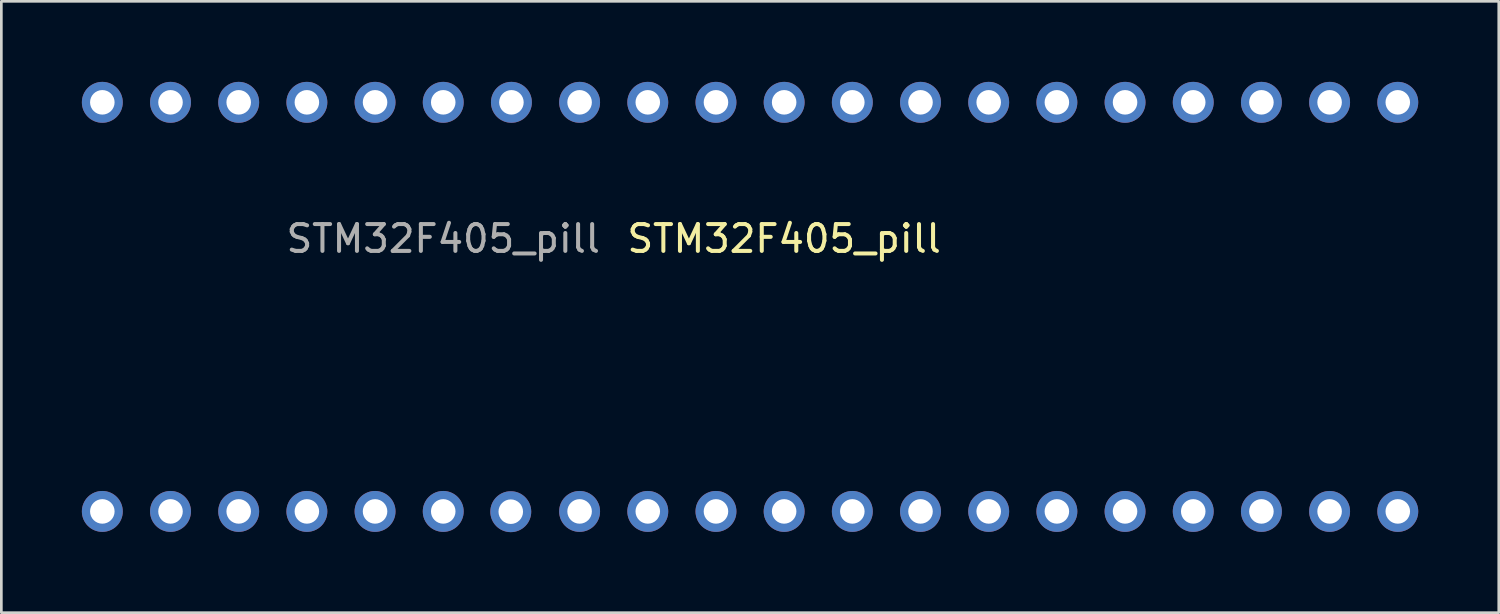
<source format=kicad_pcb>
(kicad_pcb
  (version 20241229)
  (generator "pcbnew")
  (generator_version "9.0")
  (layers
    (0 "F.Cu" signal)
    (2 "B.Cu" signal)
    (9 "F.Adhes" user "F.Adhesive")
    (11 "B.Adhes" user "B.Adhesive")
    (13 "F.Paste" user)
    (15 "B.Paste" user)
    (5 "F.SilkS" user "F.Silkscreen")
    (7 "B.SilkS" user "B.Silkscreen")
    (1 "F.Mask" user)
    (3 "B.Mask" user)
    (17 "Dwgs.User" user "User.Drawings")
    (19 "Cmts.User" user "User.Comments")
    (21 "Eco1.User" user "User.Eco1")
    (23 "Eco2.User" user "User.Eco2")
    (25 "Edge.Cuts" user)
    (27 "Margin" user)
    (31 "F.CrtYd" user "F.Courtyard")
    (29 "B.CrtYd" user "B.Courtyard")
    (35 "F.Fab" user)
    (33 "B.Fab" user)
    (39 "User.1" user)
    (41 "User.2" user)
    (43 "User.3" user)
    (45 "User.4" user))
  (footprint "STM32F405_pill"
    (layer "F.Cu")
    (at 24.257 9.017)
    (property "Reference" "STM32F405_pill" (at 1.905 -3.175 0) (unlocked yes) (layer "F.SilkS") (effects (font (size 1 1) (thickness 0.15))))
    (attr through_hole)
    (fp_text user "${REFERENCE}" (at -10.795 -3.175 0) (unlocked yes) (layer "F.Fab") (effects (font (size 1 1) (thickness 0.15))))
    (pad "1" thru_hole circle (at 24.765 -8.255 90) (size 1.524 1.524) (drill 0.914) (layers "*.Cu" "*.Mask"))
    (pad "2" thru_hole circle (at 22.225 -8.255 90) (size 1.524 1.524) (drill 0.914) (layers "*.Cu" "*.Mask"))
    (pad "3" thru_hole circle (at 19.685 -8.255 90) (size 1.524 1.524) (drill 0.914) (layers "*.Cu" "*.Mask"))
    (pad "4" thru_hole circle (at 17.145 -8.255 90) (size 1.524 1.524) (drill 0.914) (layers "*.Cu" "*.Mask"))
    (pad "5" thru_hole circle (at 14.605 -8.255 90) (size 1.524 1.524) (drill 0.914) (layers "*.Cu" "*.Mask"))
    (pad "6" thru_hole circle (at 12.065 -8.255 90) (size 1.524 1.524) (drill 0.914) (layers "*.Cu" "*.Mask"))
    (pad "7" thru_hole circle (at 9.525 -8.255 90) (size 1.524 1.524) (drill 0.914) (layers "*.Cu" "*.Mask"))
    (pad "8" thru_hole circle (at 6.985 -8.255 90) (size 1.524 1.524) (drill 0.914) (layers "*.Cu" "*.Mask"))
    (pad "9" thru_hole circle (at 4.445 -8.255 90) (size 1.524 1.524) (drill 0.914) (layers "*.Cu" "*.Mask"))
    (pad "10" thru_hole circle (at 1.905 -8.255 90) (size 1.524 1.524) (drill 0.914) (layers "*.Cu" "*.Mask"))
    (pad "11" thru_hole circle (at -0.635 -8.255 90) (size 1.524 1.524) (drill 0.914) (layers "*.Cu" "*.Mask"))
    (pad "12" thru_hole circle (at -3.175 -8.255 90) (size 1.524 1.524) (drill 0.914) (layers "*.Cu" "*.Mask"))
    (pad "13" thru_hole circle (at -5.715 -8.255 90) (size 1.524 1.524) (drill 0.914) (layers "*.Cu" "*.Mask"))
    (pad "14" thru_hole circle (at -8.255 -8.255 90) (size 1.524 1.524) (drill 0.914) (layers "*.Cu" "*.Mask"))
    (pad "15" thru_hole circle (at -10.795 -8.255 90) (size 1.524 1.524) (drill 0.914) (layers "*.Cu" "*.Mask"))
    (pad "16" thru_hole circle (at -13.335 -8.255 90) (size 1.524 1.524) (drill 0.914) (layers "*.Cu" "*.Mask"))
    (pad "17" thru_hole circle (at -15.875 -8.255 90) (size 1.524 1.524) (drill 0.914) (layers "*.Cu" "*.Mask"))
    (pad "18" thru_hole circle (at -18.415 -8.255 90) (size 1.524 1.524) (drill 0.914) (layers "*.Cu" "*.Mask"))
    (pad "19" thru_hole circle (at -20.955 -8.255 90) (size 1.524 1.524) (drill 0.914) (layers "*.Cu" "*.Mask"))
    (pad "20" thru_hole circle (at -23.495 -8.255 90) (size 1.524 1.524) (drill 0.914) (layers "*.Cu" "*.Mask"))
    (pad "21" thru_hole circle (at -23.495 6.985 90) (size 1.524 1.524) (drill 0.914) (layers "*.Cu" "*.Mask"))
    (pad "22" thru_hole circle (at -20.955 6.985 90) (size 1.524 1.524) (drill 0.914) (layers "*.Cu" "*.Mask"))
    (pad "23" thru_hole circle (at -18.415 6.985 90) (size 1.524 1.524) (drill 0.914) (layers "*.Cu" "*.Mask"))
    (pad "24" thru_hole circle (at -15.875 6.985 90) (size 1.524 1.524) (drill 0.914) (layers "*.Cu" "*.Mask"))
    (pad "25" thru_hole circle (at -13.335 6.985 90) (size 1.524 1.524) (drill 0.914) (layers "*.Cu" "*.Mask"))
    (pad "26" thru_hole circle (at -10.795 6.985 90) (size 1.524 1.524) (drill 0.914) (layers "*.Cu" "*.Mask"))
    (pad "27" thru_hole circle (at -8.279 6.995 90) (size 1.524 1.524) (drill 0.914) (layers "*.Cu" "*.Mask"))
    (pad "28" thru_hole circle (at -5.715 6.985 90) (size 1.524 1.524) (drill 0.914) (layers "*.Cu" "*.Mask"))
    (pad "29" thru_hole circle (at -3.175 6.985 90) (size 1.524 1.524) (drill 0.914) (layers "*.Cu" "*.Mask"))
    (pad "30" thru_hole circle (at -0.635 6.985 90) (size 1.524 1.524) (drill 0.914) (layers "*.Cu" "*.Mask"))
    (pad "31" thru_hole circle (at 1.905 6.985 90) (size 1.524 1.524) (drill 0.914) (layers "*.Cu" "*.Mask"))
    (pad "32" thru_hole circle (at 4.445 6.985 90) (size 1.524 1.524) (drill 0.914) (layers "*.Cu" "*.Mask"))
    (pad "33" thru_hole circle (at 6.985 6.985 90) (size 1.524 1.524) (drill 0.914) (layers "*.Cu" "*.Mask"))
    (pad "34" thru_hole circle (at 9.525 6.985 90) (size 1.524 1.524) (drill 0.914) (layers "*.Cu" "*.Mask"))
    (pad "35" thru_hole circle (at 12.065 6.985 90) (size 1.524 1.524) (drill 0.914) (layers "*.Cu" "*.Mask"))
    (pad "36" thru_hole circle (at 14.605 6.985 90) (size 1.524 1.524) (drill 0.914) (layers "*.Cu" "*.Mask"))
    (pad "37" thru_hole circle (at 17.145 6.985 90) (size 1.524 1.524) (drill 0.914) (layers "*.Cu" "*.Mask"))
    (pad "38" thru_hole circle (at 19.685 6.985 90) (size 1.524 1.524) (drill 0.914) (layers "*.Cu" "*.Mask"))
    (pad "39" thru_hole circle (at 22.225 6.985 90) (size 1.524 1.524) (drill 0.914) (layers "*.Cu" "*.Mask"))
    (pad "40" thru_hole circle (at 24.765 6.985 90) (size 1.524 1.524) (drill 0.914) (layers "*.Cu" "*.Mask")))
  (gr_rect
    (start -3 -3)
    (end 52.784 19.774)
    (stroke (width 0.1) (type default))
    (fill no)
    (layer "Edge.Cuts")))
</source>
